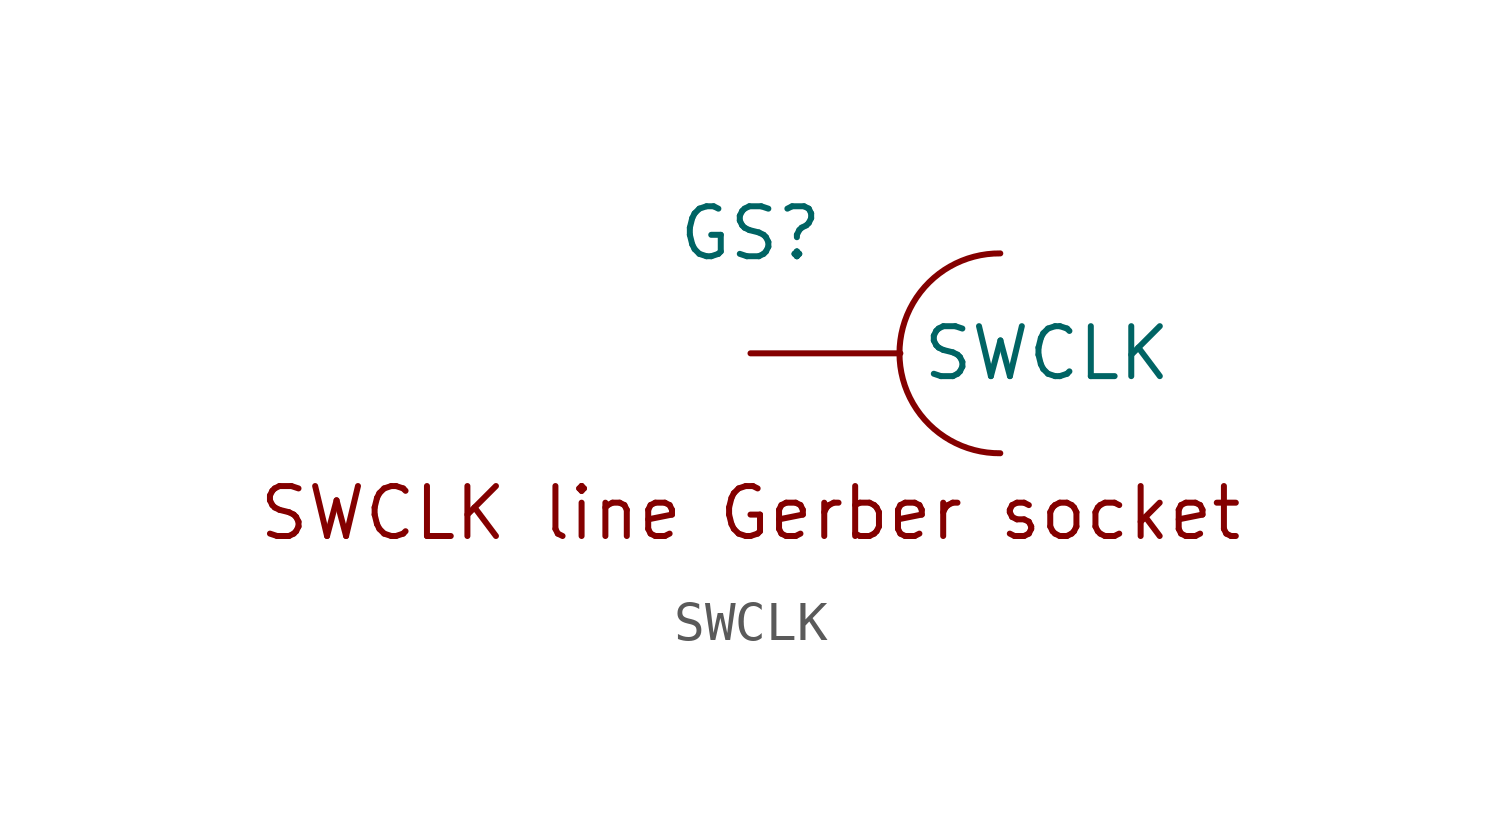
<source format=kicad_sym>
(kicad_symbol_lib
  (version 20241209)
  (generator "kicad_symbol_editor")
  (generator_version "9.0")
  (symbol "SWCLK"
    (pin_numbers
      (hide yes))
    (property "Reference" "GS"
      (at 0 3.048 0)
      (effects (font (size 1.27 1.27))))
    (symbol "SWCLK_0_1"
      (arc (start 6.35 -2.54) (mid 3.7874 0) (end 6.35 2.54) (stroke (width 0) (type default)) (fill (type none))))
    (symbol "SWCLK_1_1"
      (text "SWCLK line Gerber socket" (at 0 -4.064 0) (effects (font (size 1.27 1.27))))
      (pin bidirectional line (at 0 0 0) (length 3.81) (name "SWCLK" (effects (font (size 1.27 1.27)))) (number "1" (effects (font (size 1.27 1.27))))))))
</source>
